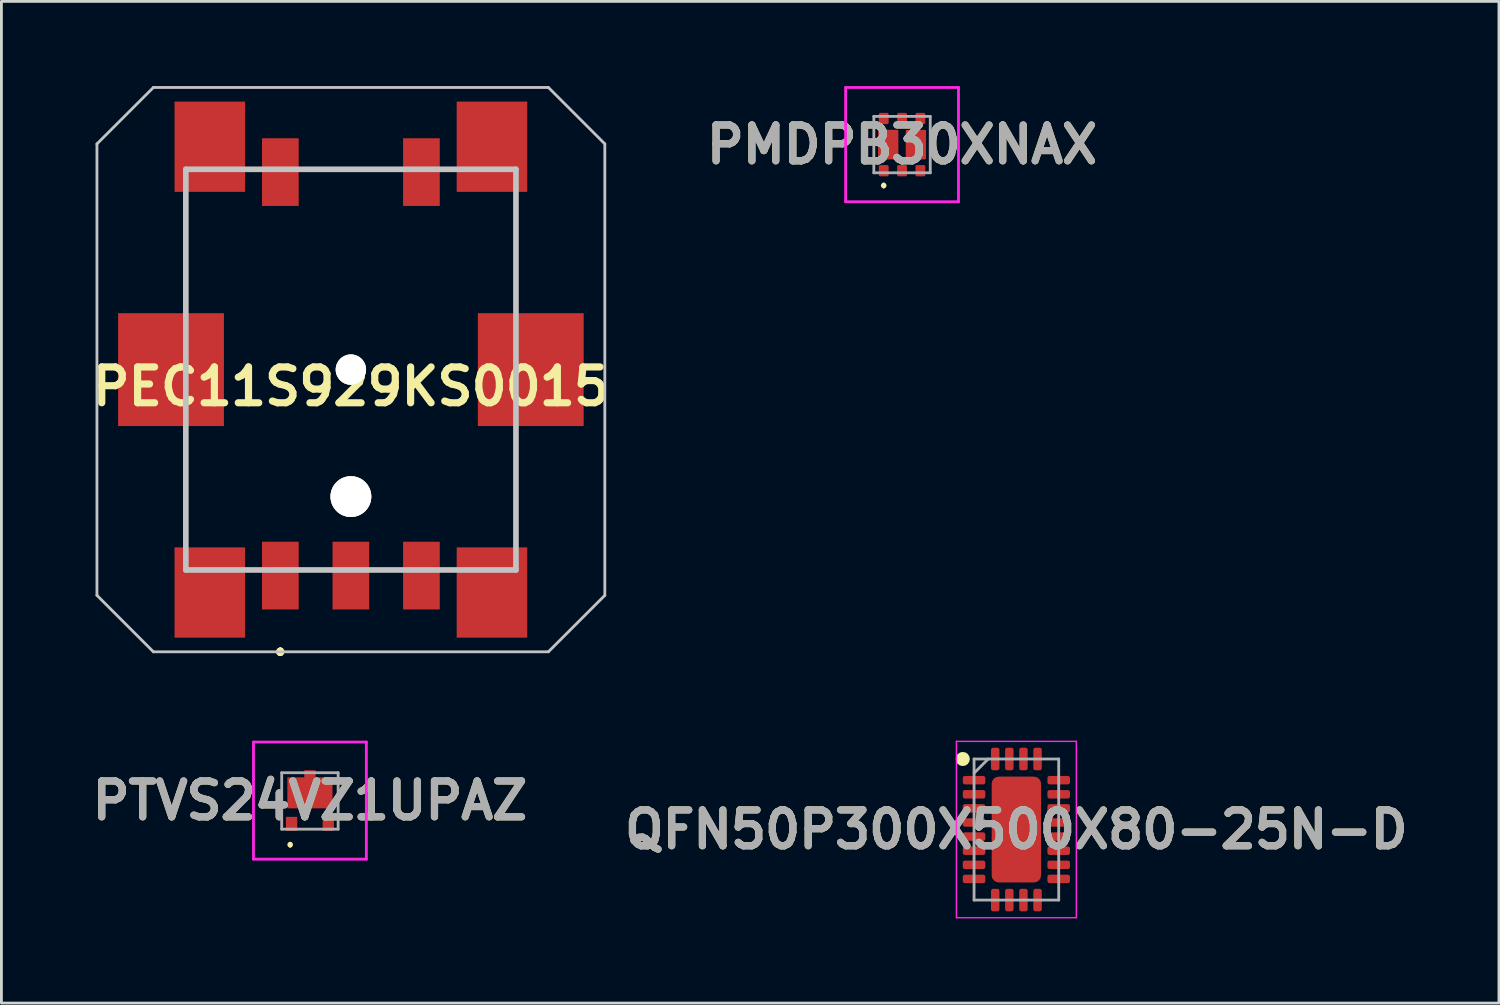
<source format=kicad_pcb>
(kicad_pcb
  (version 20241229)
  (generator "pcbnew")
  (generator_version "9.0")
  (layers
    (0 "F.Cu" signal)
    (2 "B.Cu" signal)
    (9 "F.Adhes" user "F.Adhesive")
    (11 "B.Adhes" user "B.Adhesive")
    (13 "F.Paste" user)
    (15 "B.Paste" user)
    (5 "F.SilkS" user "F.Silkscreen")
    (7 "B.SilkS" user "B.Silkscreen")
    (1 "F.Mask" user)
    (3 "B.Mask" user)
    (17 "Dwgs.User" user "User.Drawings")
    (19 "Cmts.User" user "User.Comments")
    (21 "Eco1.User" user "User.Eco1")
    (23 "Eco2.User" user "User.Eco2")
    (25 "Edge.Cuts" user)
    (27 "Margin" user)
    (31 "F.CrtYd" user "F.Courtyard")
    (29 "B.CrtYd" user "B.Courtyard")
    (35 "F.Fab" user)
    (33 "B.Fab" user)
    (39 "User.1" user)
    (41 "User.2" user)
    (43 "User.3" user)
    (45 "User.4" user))
  (footprint "QFN50P300X500X80-25N-D"
    (layer "F.Cu")
    (at 32.972 26.35)
    (property "Reference" "QFN50P300X500X80-25N-D" (at 0 0 0) (layer "F.SilkS") (effects (font (size 1.27 1.27) (thickness 0.254))))
    (attr smd)
    (fp_circle (center -1.9 -2.5) (end -1.9 -2.375) (stroke (width 0.25) (type solid)) (fill no) (layer "F.SilkS"))
    (fp_line (start -2.125 -3.125) (end 2.125 -3.125) (stroke (width 0.05) (type solid)) (layer "F.CrtYd"))
    (fp_line (start -2.125 3.125) (end -2.125 -3.125) (stroke (width 0.05) (type solid)) (layer "F.CrtYd"))
    (fp_line (start 2.125 -3.125) (end 2.125 3.125) (stroke (width 0.05) (type solid)) (layer "F.CrtYd"))
    (fp_line (start 2.125 3.125) (end -2.125 3.125) (stroke (width 0.05) (type solid)) (layer "F.CrtYd"))
    (fp_line (start -1.5 -2.5) (end 1.5 -2.5) (stroke (width 0.1) (type solid)) (layer "F.Fab"))
    (fp_line (start -1.5 -2) (end -1 -2.5) (stroke (width 0.1) (type solid)) (layer "F.Fab"))
    (fp_line (start -1.5 2.5) (end -1.5 -2.5) (stroke (width 0.1) (type solid)) (layer "F.Fab"))
    (fp_line (start 1.5 -2.5) (end 1.5 2.5) (stroke (width 0.1) (type solid)) (layer "F.Fab"))
    (fp_line (start 1.5 2.5) (end -1.5 2.5) (stroke (width 0.1) (type solid)) (layer "F.Fab"))
    (fp_text user "${REFERENCE}" (at 0 0 0) (layer "F.Fab") (effects (font (size 1.27 1.27) (thickness 0.254))))
    (pad "1" smd roundrect (at -1.5 -1.75 90) (size 0.3 0.8) (layers "F.Cu" "F.Mask" "F.Paste") (roundrect_rratio 0.25))
    (pad "2" smd roundrect (at -1.5 -1.25 90) (size 0.3 0.8) (layers "F.Cu" "F.Mask" "F.Paste") (roundrect_rratio 0.25))
    (pad "3" smd roundrect (at -1.5 -0.75 90) (size 0.3 0.8) (layers "F.Cu" "F.Mask" "F.Paste") (roundrect_rratio 0.25))
    (pad "4" smd roundrect (at -1.5 -0.25 90) (size 0.3 0.8) (layers "F.Cu" "F.Mask" "F.Paste") (roundrect_rratio 0.25))
    (pad "5" smd roundrect (at -1.5 0.25 90) (size 0.3 0.8) (layers "F.Cu" "F.Mask" "F.Paste") (roundrect_rratio 0.25))
    (pad "6" smd roundrect (at -1.5 0.75 90) (size 0.3 0.8) (layers "F.Cu" "F.Mask" "F.Paste") (roundrect_rratio 0.25))
    (pad "7" smd roundrect (at -1.5 1.25 90) (size 0.3 0.8) (layers "F.Cu" "F.Mask" "F.Paste") (roundrect_rratio 0.25))
    (pad "8" smd roundrect (at -1.5 1.75 90) (size 0.3 0.8) (layers "F.Cu" "F.Mask" "F.Paste") (roundrect_rratio 0.25))
    (pad "9" smd roundrect (at -0.75 2.5) (size 0.3 0.8) (layers "F.Cu" "F.Mask" "F.Paste") (roundrect_rratio 0.25))
    (pad "10" smd roundrect (at -0.25 2.5) (size 0.3 0.8) (layers "F.Cu" "F.Mask" "F.Paste") (roundrect_rratio 0.25))
    (pad "11" smd roundrect (at 0.25 2.5) (size 0.3 0.8) (layers "F.Cu" "F.Mask" "F.Paste") (roundrect_rratio 0.25))
    (pad "12" smd roundrect (at 0.75 2.5) (size 0.3 0.8) (layers "F.Cu" "F.Mask" "F.Paste") (roundrect_rratio 0.25))
    (pad "13" smd roundrect (at 1.5 1.75 90) (size 0.3 0.8) (layers "F.Cu" "F.Mask" "F.Paste") (roundrect_rratio 0.25))
    (pad "14" smd roundrect (at 1.5 1.25 90) (size 0.3 0.8) (layers "F.Cu" "F.Mask" "F.Paste") (roundrect_rratio 0.25))
    (pad "15" smd roundrect (at 1.5 0.75 90) (size 0.3 0.8) (layers "F.Cu" "F.Mask" "F.Paste") (roundrect_rratio 0.25))
    (pad "16" smd roundrect (at 1.5 0.25 90) (size 0.3 0.8) (layers "F.Cu" "F.Mask" "F.Paste") (roundrect_rratio 0.25))
    (pad "17" smd roundrect (at 1.5 -0.25 90) (size 0.3 0.8) (layers "F.Cu" "F.Mask" "F.Paste") (roundrect_rratio 0.25))
    (pad "18" smd roundrect (at 1.5 -0.75 90) (size 0.3 0.8) (layers "F.Cu" "F.Mask" "F.Paste") (roundrect_rratio 0.25))
    (pad "19" smd roundrect (at 1.5 -1.25 90) (size 0.3 0.8) (layers "F.Cu" "F.Mask" "F.Paste") (roundrect_rratio 0.25))
    (pad "20" smd roundrect (at 1.5 -1.75 90) (size 0.3 0.8) (layers "F.Cu" "F.Mask" "F.Paste") (roundrect_rratio 0.25))
    (pad "21" smd roundrect (at 0.75 -2.5) (size 0.3 0.8) (layers "F.Cu" "F.Mask" "F.Paste") (roundrect_rratio 0.25))
    (pad "22" smd roundrect (at 0.25 -2.5) (size 0.3 0.8) (layers "F.Cu" "F.Mask" "F.Paste") (roundrect_rratio 0.25))
    (pad "23" smd roundrect (at -0.25 -2.5) (size 0.3 0.8) (layers "F.Cu" "F.Mask" "F.Paste") (roundrect_rratio 0.25))
    (pad "24" smd roundrect (at -0.75 -2.5) (size 0.3 0.8) (layers "F.Cu" "F.Mask" "F.Paste") (roundrect_rratio 0.25))
    (pad "25" smd roundrect (at 0 0) (size 1.75 3.75) (layers "F.Cu" "F.Mask" "F.Paste") (roundrect_rratio 0.143)))
  (footprint "PEC11S929KS0015"
    (layer "F.Cu")
    (at 9.386 10.05)
    (property "Reference" "PEC11S929KS0015" (at 0 0.6 0) (layer "F.SilkS") (effects (font (size 1.27 1.27) (thickness 0.254))))
    (attr through_hole exclude_from_pos_files)
    (fp_line (start -2.5 9.95) (end -2.5 9.95) (stroke (width 0.2) (type solid)) (layer "F.SilkS"))
    (fp_line (start -2.5 9.95) (end -2.5 9.95) (stroke (width 0.2) (type solid)) (layer "F.SilkS"))
    (fp_line (start -2.5 10.05) (end -2.5 10.05) (stroke (width 0.2) (type solid)) (layer "F.SilkS"))
    (fp_arc (start -2.5 9.95) (mid -2.45 10) (end -2.5 10.05) (stroke (width 0.2) (type solid)) (layer "F.SilkS"))
    (fp_arc (start -2.5 10.05) (mid -2.55 10) (end -2.5 9.95) (stroke (width 0.2) (type solid)) (layer "F.SilkS"))
    (fp_arc (start -2.5 10.05) (mid -2.55 10) (end -2.5 9.95) (stroke (width 0.2) (type solid)) (layer "F.SilkS"))
    (fp_line (start -9 8) (end -9 -8) (stroke (width 0.1) (type solid)) (layer "Dwgs.User"))
    (fp_line (start -9 8) (end -7 10) (stroke (width 0.1) (type default)) (layer "Dwgs.User"))
    (fp_line (start -7 -10) (end -9 -8) (stroke (width 0.1) (type default)) (layer "Dwgs.User"))
    (fp_line (start -7 -10) (end 7 -10) (stroke (width 0.1) (type solid)) (layer "Dwgs.User"))
    (fp_line (start -5.85 -7.1) (end -5.85 7.1) (stroke (width 0.2) (type solid)) (layer "Dwgs.User"))
    (fp_line (start -5.85 7.1) (end 5.85 7.1) (stroke (width 0.2) (type solid)) (layer "Dwgs.User"))
    (fp_line (start 5.85 -7.1) (end -5.85 -7.1) (stroke (width 0.2) (type solid)) (layer "Dwgs.User"))
    (fp_line (start 5.85 7.1) (end 5.85 -7.1) (stroke (width 0.2) (type solid)) (layer "Dwgs.User"))
    (fp_line (start 7 10) (end -7 10) (stroke (width 0.1) (type solid)) (layer "Dwgs.User"))
    (fp_line (start 7 10) (end 9 8) (stroke (width 0.1) (type default)) (layer "Dwgs.User"))
    (fp_line (start 9 -8) (end 7 -10) (stroke (width 0.1) (type default)) (layer "Dwgs.User"))
    (fp_line (start 9 -8) (end 9 8) (stroke (width 0.1) (type solid)) (layer "Dwgs.User"))
    (fp_line (start -9 -8) (end -9 8) (stroke (width 0.05) (type default)) (layer "F.CrtYd"))
    (fp_line (start -9 8) (end -7 10) (stroke (width 0.05) (type default)) (layer "F.CrtYd"))
    (fp_line (start -7 -10) (end -9 -8) (stroke (width 0.05) (type default)) (layer "F.CrtYd"))
    (fp_line (start -7 10) (end 7 10) (stroke (width 0.05) (type default)) (layer "F.CrtYd"))
    (fp_line (start 7 -10) (end -7 -10) (stroke (width 0.05) (type default)) (layer "F.CrtYd"))
    (fp_line (start 7 -10) (end 9 -8) (stroke (width 0.05) (type default)) (layer "F.CrtYd"))
    (fp_line (start 7 10) (end 9 8) (stroke (width 0.05) (type default)) (layer "F.CrtYd"))
    (fp_line (start 9 8) (end 9 -8) (stroke (width 0.05) (type default)) (layer "F.CrtYd"))
    (pad "A1" smd rect (at -2.5 7.3) (size 1.3 2.4) (layers "F.Cu" "F.Mask" "F.Paste"))
    (pad "B1" smd rect (at 2.5 7.3) (size 1.3 2.4) (layers "F.Cu" "F.Mask" "F.Paste"))
    (pad "C1" smd rect (at 0 7.3) (size 1.3 2.4) (layers "F.Cu" "F.Mask" "F.Paste"))
    (pad "D1" smd rect (at -2.5 -7) (size 1.3 2.4) (layers "F.Cu" "F.Mask" "F.Paste"))
    (pad "E1" smd rect (at 2.5 -7) (size 1.3 2.4) (layers "F.Cu" "F.Mask" "F.Paste"))
    (pad "MH1" thru_hole circle (at 0 0 90) (size 1.075 1.075) (drill 2.15) (layers "*.Cu" "*.Mask" "F.SilkS"))
    (pad "MH2" thru_hole circle (at 0 4.5 90) (size 1.445 1.445) (drill 2.89) (layers "*.Cu" "*.Mask" "F.SilkS"))
    (pad "MP1" smd rect (at -6.375 0) (size 3.75 4) (layers "F.Cu" "F.Mask" "F.Paste"))
    (pad "MP2" smd rect (at 6.375 0) (size 3.75 4) (layers "F.Cu" "F.Mask" "F.Paste"))
    (pad "MP3" smd rect (at -5 -7.9) (size 2.5 3.2) (layers "F.Cu" "F.Mask" "F.Paste"))
    (pad "MP4" smd rect (at 5 -7.9) (size 2.5 3.2) (layers "F.Cu" "F.Mask" "F.Paste"))
    (pad "MP5" smd rect (at -5 7.9) (size 2.5 3.2) (layers "F.Cu" "F.Mask" "F.Paste"))
    (pad "MP6" smd rect (at 5 7.9) (size 2.5 3.2) (layers "F.Cu" "F.Mask" "F.Paste")))
  (footprint "PTVS24VZ1UPAZ"
    (layer "F.Cu")
    (at 7.934 25.337)
    (property "Reference" "PTVS24VZ1UPAZ" (at 0 -0.012 0) (layer "F.SilkS") (effects (font (size 1.27 1.27) (thickness 0.254))))
    (attr smd)
    (fp_line (start -0.7 1.5) (end -0.7 1.5) (stroke (width 0.1) (type solid)) (layer "F.SilkS"))
    (fp_line (start -0.7 1.6) (end -0.7 1.6) (stroke (width 0.1) (type solid)) (layer "F.SilkS"))
    (fp_arc (start -0.7 1.5) (mid -0.65 1.55) (end -0.7 1.6) (stroke (width 0.1) (type solid)) (layer "F.SilkS"))
    (fp_arc (start -0.7 1.6) (mid -0.75 1.55) (end -0.7 1.5) (stroke (width 0.1) (type solid)) (layer "F.SilkS"))
    (fp_line (start -2 -2.087) (end 2 -2.087) (stroke (width 0.1) (type solid)) (layer "F.CrtYd"))
    (fp_line (start -2 2.063) (end -2 -2.087) (stroke (width 0.1) (type solid)) (layer "F.CrtYd"))
    (fp_line (start 2 -2.087) (end 2 2.063) (stroke (width 0.1) (type solid)) (layer "F.CrtYd"))
    (fp_line (start 2 2.063) (end -2 2.063) (stroke (width 0.1) (type solid)) (layer "F.CrtYd"))
    (fp_line (start -1 -1) (end 1 -1) (stroke (width 0.1) (type solid)) (layer "F.Fab"))
    (fp_line (start -1 1) (end -1 -1) (stroke (width 0.1) (type solid)) (layer "F.Fab"))
    (fp_line (start 1 -1) (end 1 1) (stroke (width 0.1) (type solid)) (layer "F.Fab"))
    (fp_line (start 1 1) (end -1 1) (stroke (width 0.1) (type solid)) (layer "F.Fab"))
    (fp_text user "${REFERENCE}" (at 0 -0.012 0) (layer "F.Fab") (effects (font (size 1.27 1.27) (thickness 0.254))))
    (pad "1" smd rect (at -0.65 0.813) (size 0.4 0.5) (layers "F.Cu" "F.Mask" "F.Paste"))
    (pad "2" smd rect (at 0.65 0.813) (size 0.4 0.5) (layers "F.Cu" "F.Mask" "F.Paste"))
    (pad "3" smd custom (at 0 -0.288) (size 0.5 0.5) (layers "F.Cu" "F.Mask" "F.Paste") (options (anchor rect)) (primitives (gr_poly (pts (xy -0.8 0.55) (xy -0.8 0) (xy -0.8 -0.55) (xy -0.2 -0.55) (xy -0.2 -0.8) (xy 0.2 -0.8) (xy 0.2 -0.55) (xy 0.8 -0.55) (xy 0.8 0.55)) (width 0) (fill yes)))))
  (footprint "PMDPB30XNAX"
    (layer "F.Cu")
    (at 28.92 2.075)
    (property "Reference" "PMDPB30XNAX" (at 0 0 0) (layer "F.SilkS") (effects (font (size 1.27 1.27) (thickness 0.254))))
    (attr smd)
    (fp_line (start -0.65 1.4) (end -0.65 1.4) (stroke (width 0.1) (type solid)) (layer "F.SilkS"))
    (fp_line (start -0.65 1.5) (end -0.65 1.5) (stroke (width 0.1) (type solid)) (layer "F.SilkS"))
    (fp_arc (start -0.65 1.4) (mid -0.6 1.45) (end -0.65 1.5) (stroke (width 0.1) (type solid)) (layer "F.SilkS"))
    (fp_arc (start -0.65 1.5) (mid -0.7 1.45) (end -0.65 1.4) (stroke (width 0.1) (type solid)) (layer "F.SilkS"))
    (fp_line (start -2 -2.025) (end 2 -2.025) (stroke (width 0.1) (type solid)) (layer "F.CrtYd"))
    (fp_line (start -2 2.025) (end -2 -2.025) (stroke (width 0.1) (type solid)) (layer "F.CrtYd"))
    (fp_line (start 2 -2.025) (end 2 2.025) (stroke (width 0.1) (type solid)) (layer "F.CrtYd"))
    (fp_line (start 2 2.025) (end -2 2.025) (stroke (width 0.1) (type solid)) (layer "F.CrtYd"))
    (fp_line (start -1 -1) (end -1 1) (stroke (width 0.1) (type solid)) (layer "F.Fab"))
    (fp_line (start -1 1) (end 1 1) (stroke (width 0.1) (type solid)) (layer "F.Fab"))
    (fp_line (start 1 -1) (end -1 -1) (stroke (width 0.1) (type solid)) (layer "F.Fab"))
    (fp_line (start 1 1) (end 1 -1) (stroke (width 0.1) (type solid)) (layer "F.Fab"))
    (fp_text user "${REFERENCE}" (at 0 0 0) (layer "F.Fab") (effects (font (size 1.27 1.27) (thickness 0.254))))
    (pad "1" smd roundrect (at -0.65 0.925 90) (size 0.4 0.35) (layers "F.Cu" "F.Mask" "F.Paste") (roundrect_rratio 0.15))
    (pad "2" smd roundrect (at 0 0.925 90) (size 0.4 0.35) (layers "F.Cu" "F.Mask" "F.Paste") (roundrect_rratio 0.15))
    (pad "3" smd roundrect (at 0.49 0) (size 0.72 1.05) (layers "F.Cu" "F.Mask" "F.Paste") (roundrect_rratio 0.05))
    (pad "3" smd roundrect (at 0.65 0.925 90) (size 0.4 0.35) (layers "F.Cu" "F.Mask" "F.Paste") (roundrect_rratio 0.15))
    (pad "4" smd roundrect (at 0.65 -0.925 90) (size 0.4 0.35) (layers "F.Cu" "F.Mask" "F.Paste") (roundrect_rratio 0.15))
    (pad "5" smd roundrect (at 0 -0.925 90) (size 0.4 0.35) (layers "F.Cu" "F.Mask" "F.Paste") (roundrect_rratio 0.15))
    (pad "6" smd roundrect (at -0.65 -0.925 90) (size 0.4 0.35) (layers "F.Cu" "F.Mask" "F.Paste") (roundrect_rratio 0.15))
    (pad "6" smd roundrect (at -0.49 0) (size 0.72 1.05) (layers "F.Cu" "F.Mask" "F.Paste") (roundrect_rratio 0.05)))
  (gr_rect
    (start -3 -3)
    (end 50.075 32.5)
    (stroke (width 0.1) (type default))
    (fill no)
    (layer "Edge.Cuts")))
</source>
